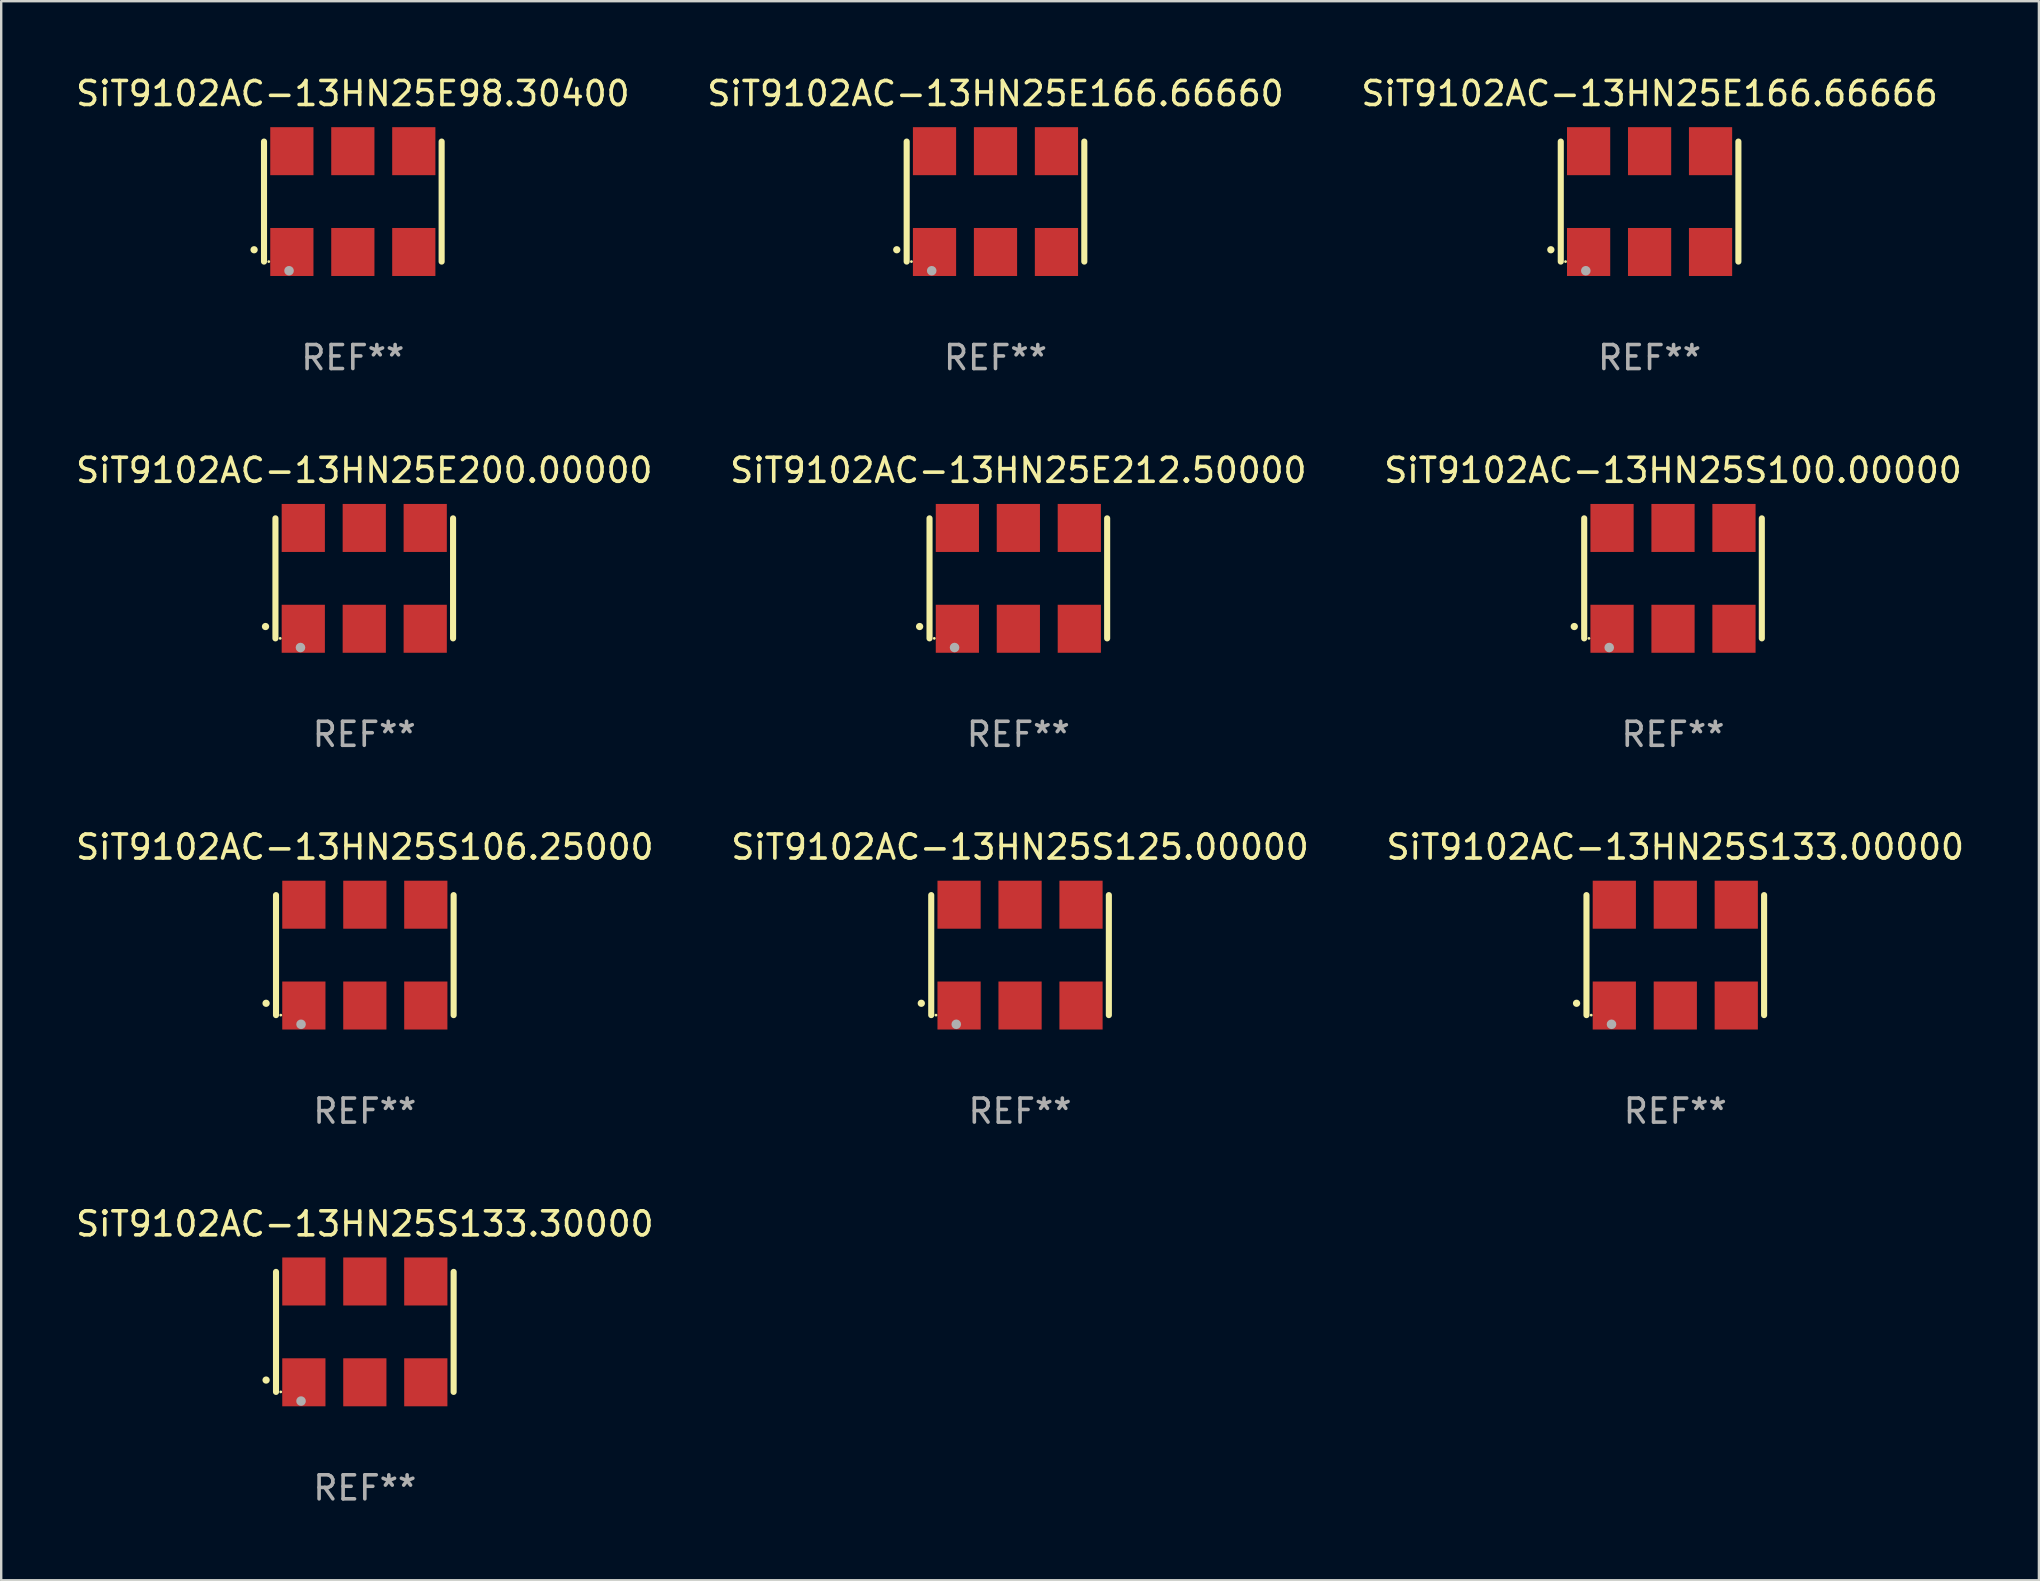
<source format=kicad_pcb>
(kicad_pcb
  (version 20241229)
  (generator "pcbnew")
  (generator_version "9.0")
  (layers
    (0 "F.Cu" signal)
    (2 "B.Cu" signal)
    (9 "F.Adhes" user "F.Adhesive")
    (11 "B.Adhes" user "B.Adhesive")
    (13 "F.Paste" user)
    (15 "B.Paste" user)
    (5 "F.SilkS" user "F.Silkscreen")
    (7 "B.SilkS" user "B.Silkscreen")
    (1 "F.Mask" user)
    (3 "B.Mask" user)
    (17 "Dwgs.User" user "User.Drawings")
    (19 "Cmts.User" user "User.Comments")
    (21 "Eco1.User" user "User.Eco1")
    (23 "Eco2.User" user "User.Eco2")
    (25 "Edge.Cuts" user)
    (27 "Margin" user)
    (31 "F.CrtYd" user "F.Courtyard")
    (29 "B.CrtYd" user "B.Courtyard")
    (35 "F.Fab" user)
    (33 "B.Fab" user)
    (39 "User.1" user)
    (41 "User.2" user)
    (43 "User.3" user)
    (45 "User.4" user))
  (footprint "SiT9102AC-13HN25S100.00000"
    (layer "F.Cu")
    (at 66.649 21.045)
    (property "Reference" "SiT9102AC-13HN25S100.00000" (at 0 -4.5 0) (layer "F.SilkS") (effects (font (size 1 1) (thickness 0.15))))
    (attr through_hole)
    (fp_line (start -3.7 -2.5) (end -3.7 2.5) (stroke (width 0.254) (type solid)) (layer "F.SilkS"))
    (fp_line (start 3.7 -2.5) (end 3.7 2.5) (stroke (width 0.254) (type solid)) (layer "F.SilkS"))
    (fp_arc (start -4.114415 2.006604) (mid -4.113145 2.006599) (end -4.111875 2.006604) (stroke (width 0.3) (type solid)) (layer "F.SilkS"))
    (fp_circle (center -3.502 2.5) (end -3.472 2.5) (stroke (width 0.06) (type solid)) (fill no) (layer "F.SilkS"))
    (fp_circle (center -2.657 2.882) (end -2.557 2.882) (stroke (width 0.2) (type solid)) (fill no) (layer "F.Fab"))
    (fp_text user "REF**" (at 0 6.5 0) (layer "F.Fab") (effects (font (size 1 1) (thickness 0.15))))
    (pad "1" smd rect (at -2.54 2.1) (size 1.8 2) (layers "F.Cu" "F.Mask" "F.Paste"))
    (pad "2" smd rect (at 0.000394 2.1) (size 1.8 2) (layers "F.Cu" "F.Mask" "F.Paste"))
    (pad "3" smd rect (at 2.54 2.1) (size 1.8 2) (layers "F.Cu" "F.Mask" "F.Paste"))
    (pad "4" smd rect (at 2.54 -2.1) (size 1.8 2) (layers "F.Cu" "F.Mask" "F.Paste"))
    (pad "5" smd rect (at 0.000394 -2.1) (size 1.8 2) (layers "F.Cu" "F.Mask" "F.Paste"))
    (pad "6" smd rect (at -2.54 -2.1) (size 1.8 2) (layers "F.Cu" "F.Mask" "F.Paste")))
  (footprint "SiT9102AC-13HN25S125.00000"
    (layer "F.Cu")
    (at 39.446 36.741)
    (property "Reference" "SiT9102AC-13HN25S125.00000" (at 0 -4.5 0) (layer "F.SilkS") (effects (font (size 1 1) (thickness 0.15))))
    (attr through_hole)
    (fp_line (start -3.7 -2.5) (end -3.7 2.5) (stroke (width 0.254) (type solid)) (layer "F.SilkS"))
    (fp_line (start 3.7 -2.5) (end 3.7 2.5) (stroke (width 0.254) (type solid)) (layer "F.SilkS"))
    (fp_arc (start -4.114415 2.006604) (mid -4.113145 2.006599) (end -4.111875 2.006604) (stroke (width 0.3) (type solid)) (layer "F.SilkS"))
    (fp_circle (center -3.502 2.5) (end -3.472 2.5) (stroke (width 0.06) (type solid)) (fill no) (layer "F.SilkS"))
    (fp_circle (center -2.657 2.882) (end -2.557 2.882) (stroke (width 0.2) (type solid)) (fill no) (layer "F.Fab"))
    (fp_text user "REF**" (at 0 6.5 0) (layer "F.Fab") (effects (font (size 1 1) (thickness 0.15))))
    (pad "1" smd rect (at -2.54 2.1) (size 1.8 2) (layers "F.Cu" "F.Mask" "F.Paste"))
    (pad "2" smd rect (at 0.000394 2.1) (size 1.8 2) (layers "F.Cu" "F.Mask" "F.Paste"))
    (pad "3" smd rect (at 2.54 2.1) (size 1.8 2) (layers "F.Cu" "F.Mask" "F.Paste"))
    (pad "4" smd rect (at 2.54 -2.1) (size 1.8 2) (layers "F.Cu" "F.Mask" "F.Paste"))
    (pad "5" smd rect (at 0.000394 -2.1) (size 1.8 2) (layers "F.Cu" "F.Mask" "F.Paste"))
    (pad "6" smd rect (at -2.54 -2.1) (size 1.8 2) (layers "F.Cu" "F.Mask" "F.Paste")))
  (footprint "SiT9102AC-13HN25E98.30400"
    (layer "F.Cu")
    (at 11.649 5.348)
    (property "Reference" "SiT9102AC-13HN25E98.30400" (at 0 -4.5 0) (layer "F.SilkS") (effects (font (size 1 1) (thickness 0.15))))
    (attr through_hole)
    (fp_line (start -3.7 -2.5) (end -3.7 2.5) (stroke (width 0.254) (type solid)) (layer "F.SilkS"))
    (fp_line (start 3.7 -2.5) (end 3.7 2.5) (stroke (width 0.254) (type solid)) (layer "F.SilkS"))
    (fp_arc (start -4.114415 2.006604) (mid -4.113145 2.006599) (end -4.111875 2.006604) (stroke (width 0.3) (type solid)) (layer "F.SilkS"))
    (fp_circle (center -3.502 2.5) (end -3.472 2.5) (stroke (width 0.06) (type solid)) (fill no) (layer "F.SilkS"))
    (fp_circle (center -2.657 2.882) (end -2.557 2.882) (stroke (width 0.2) (type solid)) (fill no) (layer "F.Fab"))
    (fp_text user "REF**" (at 0 6.5 0) (layer "F.Fab") (effects (font (size 1 1) (thickness 0.15))))
    (pad "1" smd rect (at -2.54 2.1) (size 1.8 2) (layers "F.Cu" "F.Mask" "F.Paste"))
    (pad "2" smd rect (at 0.000394 2.1) (size 1.8 2) (layers "F.Cu" "F.Mask" "F.Paste"))
    (pad "3" smd rect (at 2.54 2.1) (size 1.8 2) (layers "F.Cu" "F.Mask" "F.Paste"))
    (pad "4" smd rect (at 2.54 -2.1) (size 1.8 2) (layers "F.Cu" "F.Mask" "F.Paste"))
    (pad "5" smd rect (at 0.000394 -2.1) (size 1.8 2) (layers "F.Cu" "F.Mask" "F.Paste"))
    (pad "6" smd rect (at -2.54 -2.1) (size 1.8 2) (layers "F.Cu" "F.Mask" "F.Paste")))
  (footprint "SiT9102AC-13HN25E200.00000"
    (layer "F.Cu")
    (at 12.125 21.045)
    (property "Reference" "SiT9102AC-13HN25E200.00000" (at 0 -4.5 0) (layer "F.SilkS") (effects (font (size 1 1) (thickness 0.15))))
    (attr through_hole)
    (fp_line (start -3.7 -2.5) (end -3.7 2.5) (stroke (width 0.254) (type solid)) (layer "F.SilkS"))
    (fp_line (start 3.7 -2.5) (end 3.7 2.5) (stroke (width 0.254) (type solid)) (layer "F.SilkS"))
    (fp_arc (start -4.114415 2.006604) (mid -4.113145 2.006599) (end -4.111875 2.006604) (stroke (width 0.3) (type solid)) (layer "F.SilkS"))
    (fp_circle (center -3.502 2.5) (end -3.472 2.5) (stroke (width 0.06) (type solid)) (fill no) (layer "F.SilkS"))
    (fp_circle (center -2.657 2.882) (end -2.557 2.882) (stroke (width 0.2) (type solid)) (fill no) (layer "F.Fab"))
    (fp_text user "REF**" (at 0 6.5 0) (layer "F.Fab") (effects (font (size 1 1) (thickness 0.15))))
    (pad "1" smd rect (at -2.54 2.1) (size 1.8 2) (layers "F.Cu" "F.Mask" "F.Paste"))
    (pad "2" smd rect (at 0.000394 2.1) (size 1.8 2) (layers "F.Cu" "F.Mask" "F.Paste"))
    (pad "3" smd rect (at 2.54 2.1) (size 1.8 2) (layers "F.Cu" "F.Mask" "F.Paste"))
    (pad "4" smd rect (at 2.54 -2.1) (size 1.8 2) (layers "F.Cu" "F.Mask" "F.Paste"))
    (pad "5" smd rect (at 0.000394 -2.1) (size 1.8 2) (layers "F.Cu" "F.Mask" "F.Paste"))
    (pad "6" smd rect (at -2.54 -2.1) (size 1.8 2) (layers "F.Cu" "F.Mask" "F.Paste")))
  (footprint "SiT9102AC-13HN25S133.30000"
    (layer "F.Cu")
    (at 12.149 52.438)
    (property "Reference" "SiT9102AC-13HN25S133.30000" (at 0 -4.5 0) (layer "F.SilkS") (effects (font (size 1 1) (thickness 0.15))))
    (attr through_hole)
    (fp_line (start -3.7 -2.5) (end -3.7 2.5) (stroke (width 0.254) (type solid)) (layer "F.SilkS"))
    (fp_line (start 3.7 -2.5) (end 3.7 2.5) (stroke (width 0.254) (type solid)) (layer "F.SilkS"))
    (fp_arc (start -4.114415 2.006604) (mid -4.113145 2.006599) (end -4.111875 2.006604) (stroke (width 0.3) (type solid)) (layer "F.SilkS"))
    (fp_circle (center -3.502 2.5) (end -3.472 2.5) (stroke (width 0.06) (type solid)) (fill no) (layer "F.SilkS"))
    (fp_circle (center -2.657 2.882) (end -2.557 2.882) (stroke (width 0.2) (type solid)) (fill no) (layer "F.Fab"))
    (fp_text user "REF**" (at 0 6.5 0) (layer "F.Fab") (effects (font (size 1 1) (thickness 0.15))))
    (pad "1" smd rect (at -2.54 2.1) (size 1.8 2) (layers "F.Cu" "F.Mask" "F.Paste"))
    (pad "2" smd rect (at 0.000394 2.1) (size 1.8 2) (layers "F.Cu" "F.Mask" "F.Paste"))
    (pad "3" smd rect (at 2.54 2.1) (size 1.8 2) (layers "F.Cu" "F.Mask" "F.Paste"))
    (pad "4" smd rect (at 2.54 -2.1) (size 1.8 2) (layers "F.Cu" "F.Mask" "F.Paste"))
    (pad "5" smd rect (at 0.000394 -2.1) (size 1.8 2) (layers "F.Cu" "F.Mask" "F.Paste"))
    (pad "6" smd rect (at -2.54 -2.1) (size 1.8 2) (layers "F.Cu" "F.Mask" "F.Paste")))
  (footprint "SiT9102AC-13HN25E166.66660"
    (layer "F.Cu")
    (at 38.423 5.348)
    (property "Reference" "SiT9102AC-13HN25E166.66660" (at 0 -4.5 0) (layer "F.SilkS") (effects (font (size 1 1) (thickness 0.15))))
    (attr through_hole)
    (fp_line (start -3.7 -2.5) (end -3.7 2.5) (stroke (width 0.254) (type solid)) (layer "F.SilkS"))
    (fp_line (start 3.7 -2.5) (end 3.7 2.5) (stroke (width 0.254) (type solid)) (layer "F.SilkS"))
    (fp_arc (start -4.114415 2.006604) (mid -4.113145 2.006599) (end -4.111875 2.006604) (stroke (width 0.3) (type solid)) (layer "F.SilkS"))
    (fp_circle (center -3.502 2.5) (end -3.472 2.5) (stroke (width 0.06) (type solid)) (fill no) (layer "F.SilkS"))
    (fp_circle (center -2.657 2.882) (end -2.557 2.882) (stroke (width 0.2) (type solid)) (fill no) (layer "F.Fab"))
    (fp_text user "REF**" (at 0 6.5 0) (layer "F.Fab") (effects (font (size 1 1) (thickness 0.15))))
    (pad "1" smd rect (at -2.54 2.1) (size 1.8 2) (layers "F.Cu" "F.Mask" "F.Paste"))
    (pad "2" smd rect (at 0.000394 2.1) (size 1.8 2) (layers "F.Cu" "F.Mask" "F.Paste"))
    (pad "3" smd rect (at 2.54 2.1) (size 1.8 2) (layers "F.Cu" "F.Mask" "F.Paste"))
    (pad "4" smd rect (at 2.54 -2.1) (size 1.8 2) (layers "F.Cu" "F.Mask" "F.Paste"))
    (pad "5" smd rect (at 0.000394 -2.1) (size 1.8 2) (layers "F.Cu" "F.Mask" "F.Paste"))
    (pad "6" smd rect (at -2.54 -2.1) (size 1.8 2) (layers "F.Cu" "F.Mask" "F.Paste")))
  (footprint "SiT9102AC-13HN25S133.00000"
    (layer "F.Cu")
    (at 66.744 36.741)
    (property "Reference" "SiT9102AC-13HN25S133.00000" (at 0 -4.5 0) (layer "F.SilkS") (effects (font (size 1 1) (thickness 0.15))))
    (attr through_hole)
    (fp_line (start -3.7 -2.5) (end -3.7 2.5) (stroke (width 0.254) (type solid)) (layer "F.SilkS"))
    (fp_line (start 3.7 -2.5) (end 3.7 2.5) (stroke (width 0.254) (type solid)) (layer "F.SilkS"))
    (fp_arc (start -4.114415 2.006604) (mid -4.113145 2.006599) (end -4.111875 2.006604) (stroke (width 0.3) (type solid)) (layer "F.SilkS"))
    (fp_circle (center -3.502 2.5) (end -3.472 2.5) (stroke (width 0.06) (type solid)) (fill no) (layer "F.SilkS"))
    (fp_circle (center -2.657 2.882) (end -2.557 2.882) (stroke (width 0.2) (type solid)) (fill no) (layer "F.Fab"))
    (fp_text user "REF**" (at 0 6.5 0) (layer "F.Fab") (effects (font (size 1 1) (thickness 0.15))))
    (pad "1" smd rect (at -2.54 2.1) (size 1.8 2) (layers "F.Cu" "F.Mask" "F.Paste"))
    (pad "2" smd rect (at 0.000394 2.1) (size 1.8 2) (layers "F.Cu" "F.Mask" "F.Paste"))
    (pad "3" smd rect (at 2.54 2.1) (size 1.8 2) (layers "F.Cu" "F.Mask" "F.Paste"))
    (pad "4" smd rect (at 2.54 -2.1) (size 1.8 2) (layers "F.Cu" "F.Mask" "F.Paste"))
    (pad "5" smd rect (at 0.000394 -2.1) (size 1.8 2) (layers "F.Cu" "F.Mask" "F.Paste"))
    (pad "6" smd rect (at -2.54 -2.1) (size 1.8 2) (layers "F.Cu" "F.Mask" "F.Paste")))
  (footprint "SiT9102AC-13HN25E166.66666"
    (layer "F.Cu")
    (at 65.673 5.348)
    (property "Reference" "SiT9102AC-13HN25E166.66666" (at 0 -4.5 0) (layer "F.SilkS") (effects (font (size 1 1) (thickness 0.15))))
    (attr through_hole)
    (fp_line (start -3.7 -2.5) (end -3.7 2.5) (stroke (width 0.254) (type solid)) (layer "F.SilkS"))
    (fp_line (start 3.7 -2.5) (end 3.7 2.5) (stroke (width 0.254) (type solid)) (layer "F.SilkS"))
    (fp_arc (start -4.114415 2.006604) (mid -4.113145 2.006599) (end -4.111875 2.006604) (stroke (width 0.3) (type solid)) (layer "F.SilkS"))
    (fp_circle (center -3.502 2.5) (end -3.472 2.5) (stroke (width 0.06) (type solid)) (fill no) (layer "F.SilkS"))
    (fp_circle (center -2.657 2.882) (end -2.557 2.882) (stroke (width 0.2) (type solid)) (fill no) (layer "F.Fab"))
    (fp_text user "REF**" (at 0 6.5 0) (layer "F.Fab") (effects (font (size 1 1) (thickness 0.15))))
    (pad "1" smd rect (at -2.54 2.1) (size 1.8 2) (layers "F.Cu" "F.Mask" "F.Paste"))
    (pad "2" smd rect (at 0.000394 2.1) (size 1.8 2) (layers "F.Cu" "F.Mask" "F.Paste"))
    (pad "3" smd rect (at 2.54 2.1) (size 1.8 2) (layers "F.Cu" "F.Mask" "F.Paste"))
    (pad "4" smd rect (at 2.54 -2.1) (size 1.8 2) (layers "F.Cu" "F.Mask" "F.Paste"))
    (pad "5" smd rect (at 0.000394 -2.1) (size 1.8 2) (layers "F.Cu" "F.Mask" "F.Paste"))
    (pad "6" smd rect (at -2.54 -2.1) (size 1.8 2) (layers "F.Cu" "F.Mask" "F.Paste")))
  (footprint "SiT9102AC-13HN25S106.25000"
    (layer "F.Cu")
    (at 12.149 36.741)
    (property "Reference" "SiT9102AC-13HN25S106.25000" (at 0 -4.5 0) (layer "F.SilkS") (effects (font (size 1 1) (thickness 0.15))))
    (attr through_hole)
    (fp_line (start -3.7 -2.5) (end -3.7 2.5) (stroke (width 0.254) (type solid)) (layer "F.SilkS"))
    (fp_line (start 3.7 -2.5) (end 3.7 2.5) (stroke (width 0.254) (type solid)) (layer "F.SilkS"))
    (fp_arc (start -4.114415 2.006604) (mid -4.113145 2.006599) (end -4.111875 2.006604) (stroke (width 0.3) (type solid)) (layer "F.SilkS"))
    (fp_circle (center -3.502 2.5) (end -3.472 2.5) (stroke (width 0.06) (type solid)) (fill no) (layer "F.SilkS"))
    (fp_circle (center -2.657 2.882) (end -2.557 2.882) (stroke (width 0.2) (type solid)) (fill no) (layer "F.Fab"))
    (fp_text user "REF**" (at 0 6.5 0) (layer "F.Fab") (effects (font (size 1 1) (thickness 0.15))))
    (pad "1" smd rect (at -2.54 2.1) (size 1.8 2) (layers "F.Cu" "F.Mask" "F.Paste"))
    (pad "2" smd rect (at 0.000394 2.1) (size 1.8 2) (layers "F.Cu" "F.Mask" "F.Paste"))
    (pad "3" smd rect (at 2.54 2.1) (size 1.8 2) (layers "F.Cu" "F.Mask" "F.Paste"))
    (pad "4" smd rect (at 2.54 -2.1) (size 1.8 2) (layers "F.Cu" "F.Mask" "F.Paste"))
    (pad "5" smd rect (at 0.000394 -2.1) (size 1.8 2) (layers "F.Cu" "F.Mask" "F.Paste"))
    (pad "6" smd rect (at -2.54 -2.1) (size 1.8 2) (layers "F.Cu" "F.Mask" "F.Paste")))
  (footprint "SiT9102AC-13HN25E212.50000"
    (layer "F.Cu")
    (at 39.375 21.045)
    (property "Reference" "SiT9102AC-13HN25E212.50000" (at 0 -4.5 0) (layer "F.SilkS") (effects (font (size 1 1) (thickness 0.15))))
    (attr through_hole)
    (fp_line (start -3.7 -2.5) (end -3.7 2.5) (stroke (width 0.254) (type solid)) (layer "F.SilkS"))
    (fp_line (start 3.7 -2.5) (end 3.7 2.5) (stroke (width 0.254) (type solid)) (layer "F.SilkS"))
    (fp_arc (start -4.114415 2.006604) (mid -4.113145 2.006599) (end -4.111875 2.006604) (stroke (width 0.3) (type solid)) (layer "F.SilkS"))
    (fp_circle (center -3.502 2.5) (end -3.472 2.5) (stroke (width 0.06) (type solid)) (fill no) (layer "F.SilkS"))
    (fp_circle (center -2.657 2.882) (end -2.557 2.882) (stroke (width 0.2) (type solid)) (fill no) (layer "F.Fab"))
    (fp_text user "REF**" (at 0 6.5 0) (layer "F.Fab") (effects (font (size 1 1) (thickness 0.15))))
    (pad "1" smd rect (at -2.54 2.1) (size 1.8 2) (layers "F.Cu" "F.Mask" "F.Paste"))
    (pad "2" smd rect (at 0.000394 2.1) (size 1.8 2) (layers "F.Cu" "F.Mask" "F.Paste"))
    (pad "3" smd rect (at 2.54 2.1) (size 1.8 2) (layers "F.Cu" "F.Mask" "F.Paste"))
    (pad "4" smd rect (at 2.54 -2.1) (size 1.8 2) (layers "F.Cu" "F.Mask" "F.Paste"))
    (pad "5" smd rect (at 0.000394 -2.1) (size 1.8 2) (layers "F.Cu" "F.Mask" "F.Paste"))
    (pad "6" smd rect (at -2.54 -2.1) (size 1.8 2) (layers "F.Cu" "F.Mask" "F.Paste")))
  (gr_rect
    (start -3 -3)
    (end 81.893 62.786)
    (stroke (width 0.1) (type default))
    (fill no)
    (layer "Edge.Cuts")))
</source>
